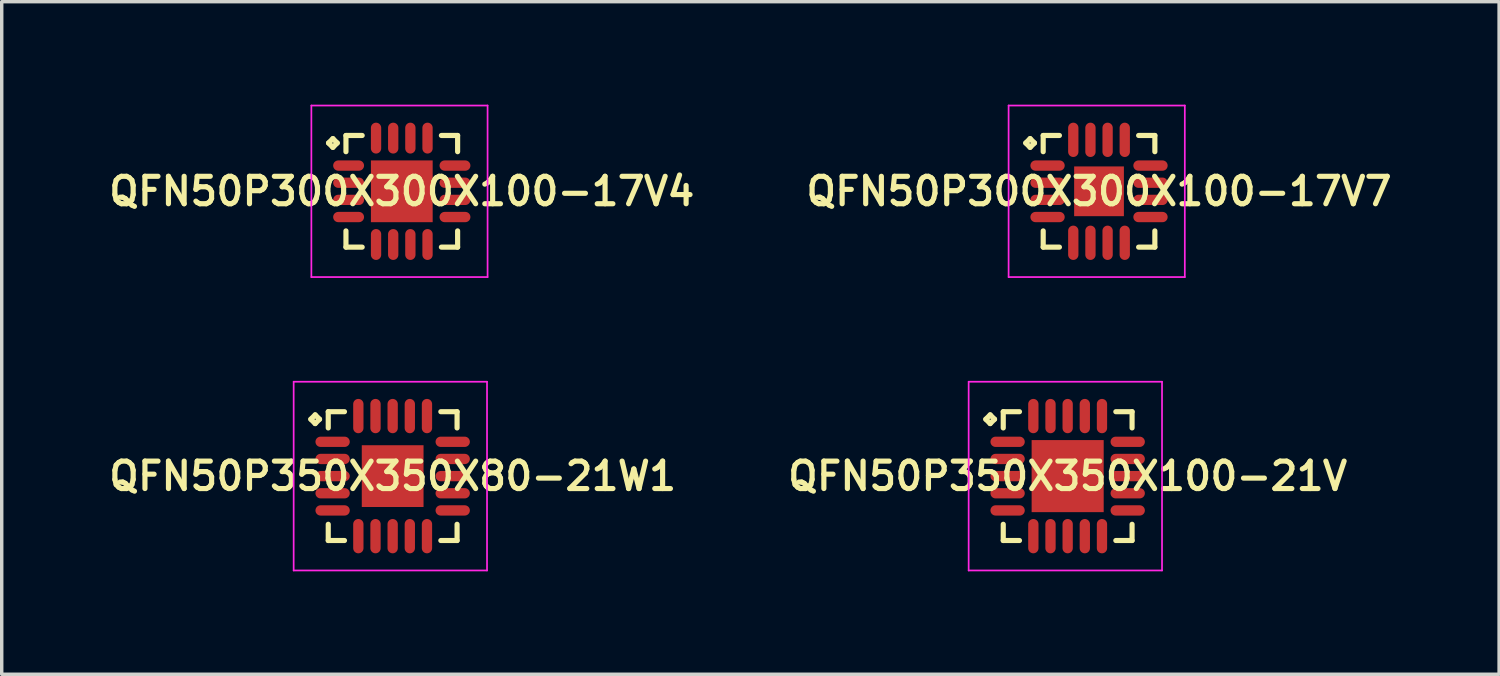
<source format=kicad_pcb>
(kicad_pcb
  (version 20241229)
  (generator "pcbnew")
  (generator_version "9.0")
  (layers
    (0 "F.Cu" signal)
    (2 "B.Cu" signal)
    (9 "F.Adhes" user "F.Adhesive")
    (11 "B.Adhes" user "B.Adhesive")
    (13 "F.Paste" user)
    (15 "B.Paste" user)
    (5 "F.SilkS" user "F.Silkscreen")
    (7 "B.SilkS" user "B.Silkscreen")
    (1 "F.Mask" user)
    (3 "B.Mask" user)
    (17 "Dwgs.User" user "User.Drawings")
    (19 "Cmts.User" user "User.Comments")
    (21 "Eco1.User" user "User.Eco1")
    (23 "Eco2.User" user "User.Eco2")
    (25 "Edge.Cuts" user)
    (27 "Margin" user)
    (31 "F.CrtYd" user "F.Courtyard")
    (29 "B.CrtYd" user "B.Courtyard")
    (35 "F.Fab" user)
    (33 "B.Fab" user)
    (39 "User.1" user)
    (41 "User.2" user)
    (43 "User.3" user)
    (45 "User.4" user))
  (footprint "QFN50P350X350X80-21W1"
    (layer "F.Cu")
    (at 8.393 10.825)
    (property "Reference" "QFN50P350X350X80-21W1" (at 0 0 0) (layer "F.SilkS") (effects (font (size 0.8 0.8) (thickness 0.15))))
    (attr smd)
    (fp_line (start -2.385 -1.658) (end -2.258 -1.785) (stroke (width 0.15) (type solid)) (layer "F.SilkS"))
    (fp_line (start -2.258 -1.785) (end -2.131 -1.658) (stroke (width 0.15) (type solid)) (layer "F.SilkS"))
    (fp_line (start -2.258 -1.531) (end -2.385 -1.658) (stroke (width 0.15) (type solid)) (layer "F.SilkS"))
    (fp_line (start -2.131 -1.658) (end -2.258 -1.531) (stroke (width 0.15) (type solid)) (layer "F.SilkS"))
    (fp_line (start -1.877 -1.877) (end -1.404 -1.877) (stroke (width 0.15) (type solid)) (layer "F.SilkS"))
    (fp_line (start -1.877 -1.404) (end -1.877 -1.877) (stroke (width 0.15) (type solid)) (layer "F.SilkS"))
    (fp_line (start -1.877 1.404) (end -1.877 1.877) (stroke (width 0.15) (type solid)) (layer "F.SilkS"))
    (fp_line (start -1.877 1.877) (end -1.404 1.877) (stroke (width 0.15) (type solid)) (layer "F.SilkS"))
    (fp_line (start 1.404 -1.877) (end 1.877 -1.877) (stroke (width 0.15) (type solid)) (layer "F.SilkS"))
    (fp_line (start 1.404 1.877) (end 1.877 1.877) (stroke (width 0.15) (type solid)) (layer "F.SilkS"))
    (fp_line (start 1.877 -1.877) (end 1.877 -1.404) (stroke (width 0.15) (type solid)) (layer "F.SilkS"))
    (fp_line (start 1.877 1.877) (end 1.877 1.404) (stroke (width 0.15) (type solid)) (layer "F.SilkS"))
    (fp_line (start -2.885 -2.75) (end 2.75 -2.75) (stroke (width 0.05) (type solid)) (layer "F.CrtYd"))
    (fp_line (start -2.885 2.75) (end -2.885 -2.75) (stroke (width 0.05) (type solid)) (layer "F.CrtYd"))
    (fp_line (start 2.75 -2.75) (end 2.75 2.75) (stroke (width 0.05) (type solid)) (layer "F.CrtYd"))
    (fp_line (start 2.75 2.75) (end -2.885 2.75) (stroke (width 0.05) (type solid)) (layer "F.CrtYd"))
    (pad "1" smd oval (at -1.75 -1) (size 1 0.3) (layers "F.Cu" "F.Mask" "F.Paste"))
    (pad "2" smd oval (at -1.75 -0.5) (size 1 0.3) (layers "F.Cu" "F.Mask" "F.Paste"))
    (pad "3" smd oval (at -1.75 0) (size 1 0.3) (layers "F.Cu" "F.Mask" "F.Paste"))
    (pad "4" smd oval (at -1.75 0.5) (size 1 0.3) (layers "F.Cu" "F.Mask" "F.Paste"))
    (pad "5" smd oval (at -1.75 1) (size 1 0.3) (layers "F.Cu" "F.Mask" "F.Paste"))
    (pad "6" smd oval (at -1 1.75) (size 0.3 1) (layers "F.Cu" "F.Mask" "F.Paste"))
    (pad "7" smd oval (at -0.5 1.75) (size 0.3 1) (layers "F.Cu" "F.Mask" "F.Paste"))
    (pad "8" smd oval (at 0 1.75) (size 0.3 1) (layers "F.Cu" "F.Mask" "F.Paste"))
    (pad "9" smd oval (at 0.5 1.75) (size 0.3 1) (layers "F.Cu" "F.Mask" "F.Paste"))
    (pad "10" smd oval (at 1 1.75) (size 0.3 1) (layers "F.Cu" "F.Mask" "F.Paste"))
    (pad "11" smd oval (at 1.75 1) (size 1 0.3) (layers "F.Cu" "F.Mask" "F.Paste"))
    (pad "12" smd oval (at 1.75 0.5) (size 1 0.3) (layers "F.Cu" "F.Mask" "F.Paste"))
    (pad "13" smd oval (at 1.75 0) (size 1 0.3) (layers "F.Cu" "F.Mask" "F.Paste"))
    (pad "14" smd oval (at 1.75 -0.5) (size 1 0.3) (layers "F.Cu" "F.Mask" "F.Paste"))
    (pad "15" smd oval (at 1.75 -1) (size 1 0.3) (layers "F.Cu" "F.Mask" "F.Paste"))
    (pad "16" smd oval (at 1 -1.75) (size 0.3 1) (layers "F.Cu" "F.Mask" "F.Paste"))
    (pad "17" smd oval (at 0.5 -1.75) (size 0.3 1) (layers "F.Cu" "F.Mask" "F.Paste"))
    (pad "18" smd oval (at 0 -1.75) (size 0.3 1) (layers "F.Cu" "F.Mask" "F.Paste"))
    (pad "19" smd oval (at -0.5 -1.75) (size 0.3 1) (layers "F.Cu" "F.Mask" "F.Paste"))
    (pad "20" smd oval (at -1 -1.75) (size 0.3 1) (layers "F.Cu" "F.Mask" "F.Paste"))
    (pad "21" smd rect (at 0 0) (size 1.8 1.8) (layers "F.Cu" "F.Mask" "F.Paste")))
  (footprint "QFN50P300X300X100-17V7"
    (layer "F.Cu")
    (at 28.978 2.525)
    (property "Reference" "QFN50P300X300X100-17V7" (at 0 0 0) (layer "F.SilkS") (effects (font (size 0.8 0.8) (thickness 0.15))))
    (attr smd)
    (fp_line (start -2.135 -1.408) (end -2.008 -1.535) (stroke (width 0.15) (type solid)) (layer "F.SilkS"))
    (fp_line (start -2.008 -1.535) (end -1.881 -1.408) (stroke (width 0.15) (type solid)) (layer "F.SilkS"))
    (fp_line (start -2.008 -1.281) (end -2.135 -1.408) (stroke (width 0.15) (type solid)) (layer "F.SilkS"))
    (fp_line (start -1.881 -1.408) (end -2.008 -1.281) (stroke (width 0.15) (type solid)) (layer "F.SilkS"))
    (fp_line (start -1.627 -1.627) (end -1.154 -1.627) (stroke (width 0.15) (type solid)) (layer "F.SilkS"))
    (fp_line (start -1.627 -1.154) (end -1.627 -1.627) (stroke (width 0.15) (type solid)) (layer "F.SilkS"))
    (fp_line (start -1.627 1.154) (end -1.627 1.627) (stroke (width 0.15) (type solid)) (layer "F.SilkS"))
    (fp_line (start -1.627 1.627) (end -1.154 1.627) (stroke (width 0.15) (type solid)) (layer "F.SilkS"))
    (fp_line (start 1.154 -1.627) (end 1.627 -1.627) (stroke (width 0.15) (type solid)) (layer "F.SilkS"))
    (fp_line (start 1.154 1.627) (end 1.627 1.627) (stroke (width 0.15) (type solid)) (layer "F.SilkS"))
    (fp_line (start 1.627 -1.627) (end 1.627 -1.154) (stroke (width 0.15) (type solid)) (layer "F.SilkS"))
    (fp_line (start 1.627 1.627) (end 1.627 1.154) (stroke (width 0.15) (type solid)) (layer "F.SilkS"))
    (fp_line (start -2.635 -2.5) (end 2.5 -2.5) (stroke (width 0.05) (type solid)) (layer "F.CrtYd"))
    (fp_line (start -2.635 2.5) (end -2.635 -2.5) (stroke (width 0.05) (type solid)) (layer "F.CrtYd"))
    (fp_line (start 2.5 -2.5) (end 2.5 2.5) (stroke (width 0.05) (type solid)) (layer "F.CrtYd"))
    (fp_line (start 2.5 2.5) (end -2.635 2.5) (stroke (width 0.05) (type solid)) (layer "F.CrtYd"))
    (pad "1" smd oval (at -1.5 -0.75) (size 1 0.3) (layers "F.Cu" "F.Mask" "F.Paste"))
    (pad "2" smd oval (at -1.5 -0.25) (size 1 0.3) (layers "F.Cu" "F.Mask" "F.Paste"))
    (pad "3" smd oval (at -1.5 0.25) (size 1 0.3) (layers "F.Cu" "F.Mask" "F.Paste"))
    (pad "4" smd oval (at -1.5 0.75) (size 1 0.3) (layers "F.Cu" "F.Mask" "F.Paste"))
    (pad "5" smd oval (at -0.75 1.5) (size 0.3 1) (layers "F.Cu" "F.Mask" "F.Paste"))
    (pad "6" smd oval (at -0.25 1.5) (size 0.3 1) (layers "F.Cu" "F.Mask" "F.Paste"))
    (pad "7" smd oval (at 0.25 1.5) (size 0.3 1) (layers "F.Cu" "F.Mask" "F.Paste"))
    (pad "8" smd oval (at 0.75 1.5) (size 0.3 1) (layers "F.Cu" "F.Mask" "F.Paste"))
    (pad "9" smd oval (at 1.5 0.75) (size 1 0.3) (layers "F.Cu" "F.Mask" "F.Paste"))
    (pad "10" smd oval (at 1.5 0.25) (size 1 0.3) (layers "F.Cu" "F.Mask" "F.Paste"))
    (pad "11" smd oval (at 1.5 -0.25) (size 1 0.3) (layers "F.Cu" "F.Mask" "F.Paste"))
    (pad "12" smd oval (at 1.5 -0.75) (size 1 0.3) (layers "F.Cu" "F.Mask" "F.Paste"))
    (pad "13" smd oval (at 0.75 -1.5) (size 0.3 1) (layers "F.Cu" "F.Mask" "F.Paste"))
    (pad "14" smd oval (at 0.25 -1.5) (size 0.3 1) (layers "F.Cu" "F.Mask" "F.Paste"))
    (pad "15" smd oval (at -0.25 -1.5) (size 0.3 1) (layers "F.Cu" "F.Mask" "F.Paste"))
    (pad "16" smd oval (at -0.75 -1.5) (size 0.3 1) (layers "F.Cu" "F.Mask" "F.Paste"))
    (pad "17" smd rect (at 0 0) (size 1.45 1.45) (layers "F.Cu" "F.Mask" "F.Paste")))
  (footprint "QFN50P300X300X100-17V4"
    (layer "F.Cu")
    (at 8.659 2.525)
    (property "Reference" "QFN50P300X300X100-17V4" (at 0 0 0) (layer "F.SilkS") (effects (font (size 0.8 0.8) (thickness 0.15))))
    (attr smd)
    (fp_line (start -2.135 -1.408) (end -2.008 -1.535) (stroke (width 0.15) (type solid)) (layer "F.SilkS"))
    (fp_line (start -2.008 -1.535) (end -1.881 -1.408) (stroke (width 0.15) (type solid)) (layer "F.SilkS"))
    (fp_line (start -2.008 -1.281) (end -2.135 -1.408) (stroke (width 0.15) (type solid)) (layer "F.SilkS"))
    (fp_line (start -1.881 -1.408) (end -2.008 -1.281) (stroke (width 0.15) (type solid)) (layer "F.SilkS"))
    (fp_line (start -1.627 -1.627) (end -1.154 -1.627) (stroke (width 0.15) (type solid)) (layer "F.SilkS"))
    (fp_line (start -1.627 -1.154) (end -1.627 -1.627) (stroke (width 0.15) (type solid)) (layer "F.SilkS"))
    (fp_line (start -1.627 1.154) (end -1.627 1.627) (stroke (width 0.15) (type solid)) (layer "F.SilkS"))
    (fp_line (start -1.627 1.627) (end -1.154 1.627) (stroke (width 0.15) (type solid)) (layer "F.SilkS"))
    (fp_line (start 1.154 -1.627) (end 1.627 -1.627) (stroke (width 0.15) (type solid)) (layer "F.SilkS"))
    (fp_line (start 1.154 1.627) (end 1.627 1.627) (stroke (width 0.15) (type solid)) (layer "F.SilkS"))
    (fp_line (start 1.627 -1.627) (end 1.627 -1.154) (stroke (width 0.15) (type solid)) (layer "F.SilkS"))
    (fp_line (start 1.627 1.627) (end 1.627 1.154) (stroke (width 0.15) (type solid)) (layer "F.SilkS"))
    (fp_line (start -2.635 -2.5) (end 2.5 -2.5) (stroke (width 0.05) (type solid)) (layer "F.CrtYd"))
    (fp_line (start -2.635 2.5) (end -2.635 -2.5) (stroke (width 0.05) (type solid)) (layer "F.CrtYd"))
    (fp_line (start 2.5 -2.5) (end 2.5 2.5) (stroke (width 0.05) (type solid)) (layer "F.CrtYd"))
    (fp_line (start 2.5 2.5) (end -2.635 2.5) (stroke (width 0.05) (type solid)) (layer "F.CrtYd"))
    (pad "1" smd oval (at -1.55 -0.75) (size 0.9 0.3) (layers "F.Cu" "F.Mask" "F.Paste"))
    (pad "2" smd oval (at -1.55 -0.25) (size 0.9 0.3) (layers "F.Cu" "F.Mask" "F.Paste"))
    (pad "3" smd oval (at -1.55 0.25) (size 0.9 0.3) (layers "F.Cu" "F.Mask" "F.Paste"))
    (pad "4" smd oval (at -1.55 0.75) (size 0.9 0.3) (layers "F.Cu" "F.Mask" "F.Paste"))
    (pad "5" smd oval (at -0.75 1.55) (size 0.3 0.9) (layers "F.Cu" "F.Mask" "F.Paste"))
    (pad "6" smd oval (at -0.25 1.55) (size 0.3 0.9) (layers "F.Cu" "F.Mask" "F.Paste"))
    (pad "7" smd oval (at 0.25 1.55) (size 0.3 0.9) (layers "F.Cu" "F.Mask" "F.Paste"))
    (pad "8" smd oval (at 0.75 1.55) (size 0.3 0.9) (layers "F.Cu" "F.Mask" "F.Paste"))
    (pad "9" smd oval (at 1.55 0.75) (size 0.9 0.3) (layers "F.Cu" "F.Mask" "F.Paste"))
    (pad "10" smd oval (at 1.55 0.25) (size 0.9 0.3) (layers "F.Cu" "F.Mask" "F.Paste"))
    (pad "11" smd oval (at 1.55 -0.25) (size 0.9 0.3) (layers "F.Cu" "F.Mask" "F.Paste"))
    (pad "12" smd oval (at 1.55 -0.75) (size 0.9 0.3) (layers "F.Cu" "F.Mask" "F.Paste"))
    (pad "13" smd oval (at 0.75 -1.55) (size 0.3 0.9) (layers "F.Cu" "F.Mask" "F.Paste"))
    (pad "14" smd oval (at 0.25 -1.55) (size 0.3 0.9) (layers "F.Cu" "F.Mask" "F.Paste"))
    (pad "15" smd oval (at -0.25 -1.55) (size 0.3 0.9) (layers "F.Cu" "F.Mask" "F.Paste"))
    (pad "16" smd oval (at -0.75 -1.55) (size 0.3 0.9) (layers "F.Cu" "F.Mask" "F.Paste"))
    (pad "17" smd rect (at 0 0) (size 1.8 1.8) (layers "F.Cu" "F.Mask" "F.Paste")))
  (footprint "QFN50P350X350X100-21V"
    (layer "F.Cu")
    (at 28.064 10.825)
    (property "Reference" "QFN50P350X350X100-21V" (at 0 0 0) (layer "F.SilkS") (effects (font (size 0.8 0.8) (thickness 0.15))))
    (attr smd)
    (fp_line (start -2.385 -1.658) (end -2.258 -1.785) (stroke (width 0.15) (type solid)) (layer "F.SilkS"))
    (fp_line (start -2.258 -1.785) (end -2.131 -1.658) (stroke (width 0.15) (type solid)) (layer "F.SilkS"))
    (fp_line (start -2.258 -1.531) (end -2.385 -1.658) (stroke (width 0.15) (type solid)) (layer "F.SilkS"))
    (fp_line (start -2.131 -1.658) (end -2.258 -1.531) (stroke (width 0.15) (type solid)) (layer "F.SilkS"))
    (fp_line (start -1.877 -1.877) (end -1.404 -1.877) (stroke (width 0.15) (type solid)) (layer "F.SilkS"))
    (fp_line (start -1.877 -1.404) (end -1.877 -1.877) (stroke (width 0.15) (type solid)) (layer "F.SilkS"))
    (fp_line (start -1.877 1.404) (end -1.877 1.877) (stroke (width 0.15) (type solid)) (layer "F.SilkS"))
    (fp_line (start -1.877 1.877) (end -1.404 1.877) (stroke (width 0.15) (type solid)) (layer "F.SilkS"))
    (fp_line (start 1.404 -1.877) (end 1.877 -1.877) (stroke (width 0.15) (type solid)) (layer "F.SilkS"))
    (fp_line (start 1.404 1.877) (end 1.877 1.877) (stroke (width 0.15) (type solid)) (layer "F.SilkS"))
    (fp_line (start 1.877 -1.877) (end 1.877 -1.404) (stroke (width 0.15) (type solid)) (layer "F.SilkS"))
    (fp_line (start 1.877 1.877) (end 1.877 1.404) (stroke (width 0.15) (type solid)) (layer "F.SilkS"))
    (fp_line (start -2.885 -2.75) (end 2.75 -2.75) (stroke (width 0.05) (type solid)) (layer "F.CrtYd"))
    (fp_line (start -2.885 2.75) (end -2.885 -2.75) (stroke (width 0.05) (type solid)) (layer "F.CrtYd"))
    (fp_line (start 2.75 -2.75) (end 2.75 2.75) (stroke (width 0.05) (type solid)) (layer "F.CrtYd"))
    (fp_line (start 2.75 2.75) (end -2.885 2.75) (stroke (width 0.05) (type solid)) (layer "F.CrtYd"))
    (pad "1" smd oval (at -1.75 -1) (size 1 0.3) (layers "F.Cu" "F.Mask" "F.Paste"))
    (pad "2" smd oval (at -1.75 -0.5) (size 1 0.3) (layers "F.Cu" "F.Mask" "F.Paste"))
    (pad "3" smd oval (at -1.75 0) (size 1 0.3) (layers "F.Cu" "F.Mask" "F.Paste"))
    (pad "4" smd oval (at -1.75 0.5) (size 1 0.3) (layers "F.Cu" "F.Mask" "F.Paste"))
    (pad "5" smd oval (at -1.75 1) (size 1 0.3) (layers "F.Cu" "F.Mask" "F.Paste"))
    (pad "6" smd oval (at -1 1.75) (size 0.3 1) (layers "F.Cu" "F.Mask" "F.Paste"))
    (pad "7" smd oval (at -0.5 1.75) (size 0.3 1) (layers "F.Cu" "F.Mask" "F.Paste"))
    (pad "8" smd oval (at 0 1.75) (size 0.3 1) (layers "F.Cu" "F.Mask" "F.Paste"))
    (pad "9" smd oval (at 0.5 1.75) (size 0.3 1) (layers "F.Cu" "F.Mask" "F.Paste"))
    (pad "10" smd oval (at 1 1.75) (size 0.3 1) (layers "F.Cu" "F.Mask" "F.Paste"))
    (pad "11" smd oval (at 1.75 1) (size 1 0.3) (layers "F.Cu" "F.Mask" "F.Paste"))
    (pad "12" smd oval (at 1.75 0.5) (size 1 0.3) (layers "F.Cu" "F.Mask" "F.Paste"))
    (pad "13" smd oval (at 1.75 0) (size 1 0.3) (layers "F.Cu" "F.Mask" "F.Paste"))
    (pad "14" smd oval (at 1.75 -0.5) (size 1 0.3) (layers "F.Cu" "F.Mask" "F.Paste"))
    (pad "15" smd oval (at 1.75 -1) (size 1 0.3) (layers "F.Cu" "F.Mask" "F.Paste"))
    (pad "16" smd oval (at 1 -1.75) (size 0.3 1) (layers "F.Cu" "F.Mask" "F.Paste"))
    (pad "17" smd oval (at 0.5 -1.75) (size 0.3 1) (layers "F.Cu" "F.Mask" "F.Paste"))
    (pad "18" smd oval (at 0 -1.75) (size 0.3 1) (layers "F.Cu" "F.Mask" "F.Paste"))
    (pad "19" smd oval (at -0.5 -1.75) (size 0.3 1) (layers "F.Cu" "F.Mask" "F.Paste"))
    (pad "20" smd oval (at -1 -1.75) (size 0.3 1) (layers "F.Cu" "F.Mask" "F.Paste"))
    (pad "21" smd rect (at 0 0) (size 2.1 2.1) (layers "F.Cu" "F.Mask" "F.Paste")))
  (gr_rect
    (start -3 -3)
    (end 40.637 16.6)
    (stroke (width 0.1) (type default))
    (fill no)
    (layer "Edge.Cuts")))
</source>
